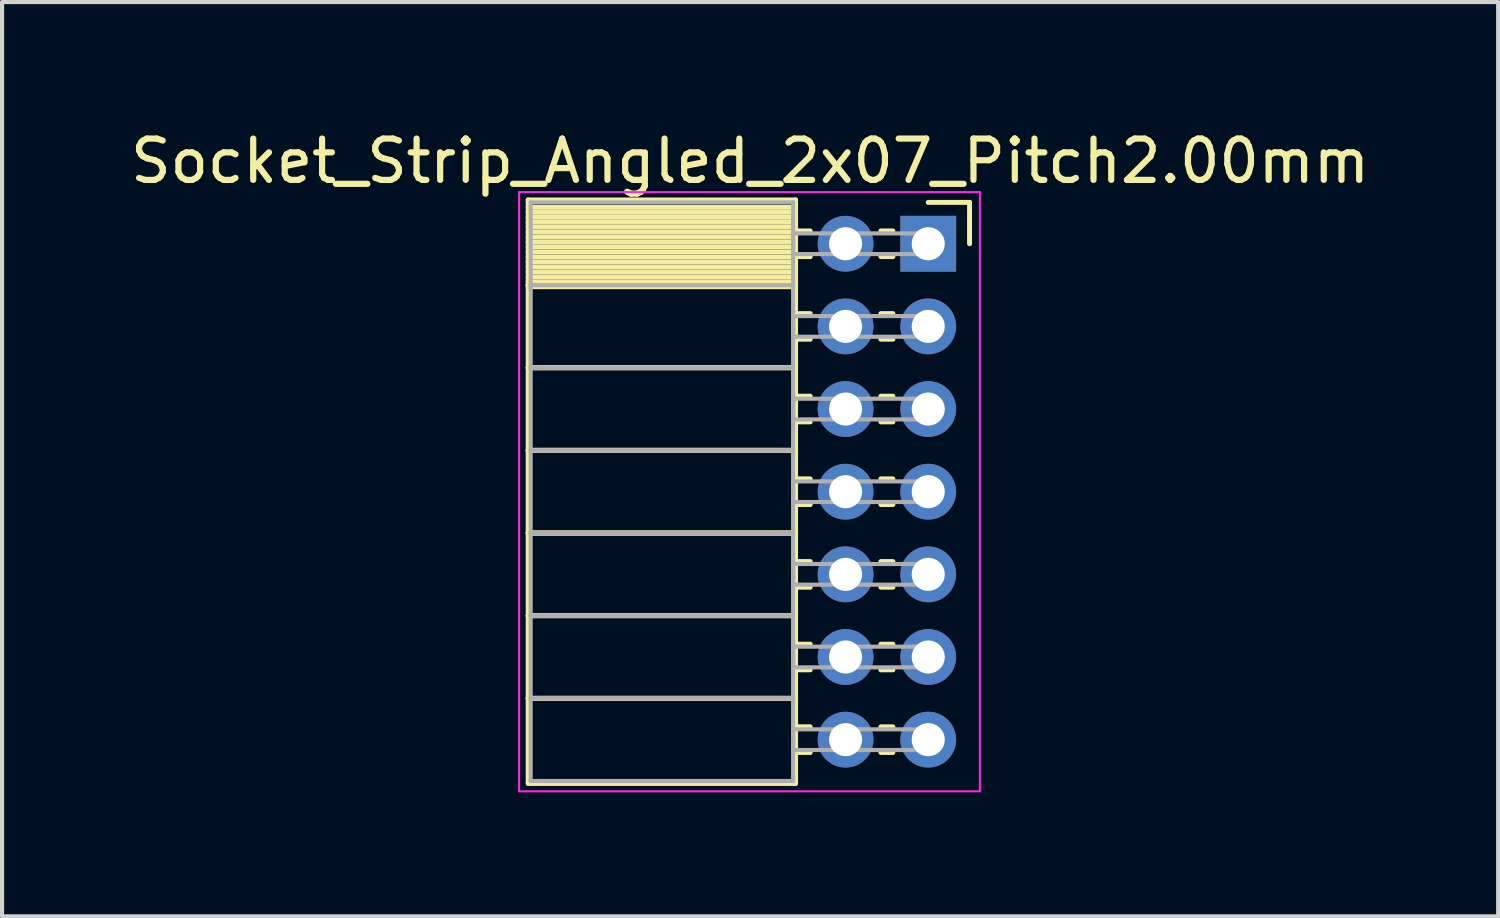
<source format=kicad_pcb>
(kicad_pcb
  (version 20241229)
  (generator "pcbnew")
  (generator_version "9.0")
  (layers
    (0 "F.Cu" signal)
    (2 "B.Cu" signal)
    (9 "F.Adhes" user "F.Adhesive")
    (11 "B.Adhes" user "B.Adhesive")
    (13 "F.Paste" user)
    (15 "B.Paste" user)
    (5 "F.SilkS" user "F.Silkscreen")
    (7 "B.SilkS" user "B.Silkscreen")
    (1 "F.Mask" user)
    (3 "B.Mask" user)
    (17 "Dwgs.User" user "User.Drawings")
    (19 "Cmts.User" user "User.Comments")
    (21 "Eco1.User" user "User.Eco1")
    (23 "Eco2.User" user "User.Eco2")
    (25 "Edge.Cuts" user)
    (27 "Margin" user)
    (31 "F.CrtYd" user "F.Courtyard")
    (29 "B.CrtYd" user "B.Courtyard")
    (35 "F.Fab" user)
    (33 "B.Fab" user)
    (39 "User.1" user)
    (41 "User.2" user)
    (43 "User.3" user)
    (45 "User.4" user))
  (footprint "Socket_Strip_Angled_2x07_Pitch2.00mm"
    (layer "F.Cu")
    (at 19.411 2.848)
    (property "Reference" "Socket_Strip_Angled_2x07_Pitch2.00mm" (at -4.31 -2 0) (layer "F.SilkS") (effects (font (size 1 1) (thickness 0.15))))
    (attr through_hole)
    (fp_line (start -9.68 -1.06) (end -3.21 -1.06) (stroke (width 0.12) (type solid)) (layer "F.SilkS"))
    (fp_line (start -9.68 1) (end -9.68 -1.06) (stroke (width 0.12) (type solid)) (layer "F.SilkS"))
    (fp_line (start -9.68 1) (end -3.21 1) (stroke (width 0.12) (type solid)) (layer "F.SilkS"))
    (fp_line (start -9.68 3) (end -9.68 1) (stroke (width 0.12) (type solid)) (layer "F.SilkS"))
    (fp_line (start -9.68 3) (end -3.21 3) (stroke (width 0.12) (type solid)) (layer "F.SilkS"))
    (fp_line (start -9.68 5) (end -9.68 3) (stroke (width 0.12) (type solid)) (layer "F.SilkS"))
    (fp_line (start -9.68 5) (end -3.21 5) (stroke (width 0.12) (type solid)) (layer "F.SilkS"))
    (fp_line (start -9.68 7) (end -9.68 5) (stroke (width 0.12) (type solid)) (layer "F.SilkS"))
    (fp_line (start -9.68 7) (end -3.21 7) (stroke (width 0.12) (type solid)) (layer "F.SilkS"))
    (fp_line (start -9.68 9) (end -9.68 7) (stroke (width 0.12) (type solid)) (layer "F.SilkS"))
    (fp_line (start -9.68 9) (end -3.21 9) (stroke (width 0.12) (type solid)) (layer "F.SilkS"))
    (fp_line (start -9.68 11) (end -9.68 9) (stroke (width 0.12) (type solid)) (layer "F.SilkS"))
    (fp_line (start -9.68 11) (end -3.21 11) (stroke (width 0.12) (type solid)) (layer "F.SilkS"))
    (fp_line (start -9.68 13.06) (end -9.68 11) (stroke (width 0.12) (type solid)) (layer "F.SilkS"))
    (fp_line (start -3.21 -1.06) (end -3.21 1) (stroke (width 0.12) (type solid)) (layer "F.SilkS"))
    (fp_line (start -3.21 -0.88) (end -9.68 -0.88) (stroke (width 0.12) (type solid)) (layer "F.SilkS"))
    (fp_line (start -3.21 -0.76) (end -9.68 -0.76) (stroke (width 0.12) (type solid)) (layer "F.SilkS"))
    (fp_line (start -3.21 -0.64) (end -9.68 -0.64) (stroke (width 0.12) (type solid)) (layer "F.SilkS"))
    (fp_line (start -3.21 -0.52) (end -9.68 -0.52) (stroke (width 0.12) (type solid)) (layer "F.SilkS"))
    (fp_line (start -3.21 -0.4) (end -9.68 -0.4) (stroke (width 0.12) (type solid)) (layer "F.SilkS"))
    (fp_line (start -3.21 -0.28) (end -9.68 -0.28) (stroke (width 0.12) (type solid)) (layer "F.SilkS"))
    (fp_line (start -3.21 -0.16) (end -9.68 -0.16) (stroke (width 0.12) (type solid)) (layer "F.SilkS"))
    (fp_line (start -3.21 -0.04) (end -9.68 -0.04) (stroke (width 0.12) (type solid)) (layer "F.SilkS"))
    (fp_line (start -3.21 0.08) (end -9.68 0.08) (stroke (width 0.12) (type solid)) (layer "F.SilkS"))
    (fp_line (start -3.21 0.2) (end -9.68 0.2) (stroke (width 0.12) (type solid)) (layer "F.SilkS"))
    (fp_line (start -3.21 0.32) (end -9.68 0.32) (stroke (width 0.12) (type solid)) (layer "F.SilkS"))
    (fp_line (start -3.21 0.44) (end -9.68 0.44) (stroke (width 0.12) (type solid)) (layer "F.SilkS"))
    (fp_line (start -3.21 0.56) (end -9.68 0.56) (stroke (width 0.12) (type solid)) (layer "F.SilkS"))
    (fp_line (start -3.21 0.68) (end -9.68 0.68) (stroke (width 0.12) (type solid)) (layer "F.SilkS"))
    (fp_line (start -3.21 0.8) (end -9.68 0.8) (stroke (width 0.12) (type solid)) (layer "F.SilkS"))
    (fp_line (start -3.21 0.92) (end -9.68 0.92) (stroke (width 0.12) (type solid)) (layer "F.SilkS"))
    (fp_line (start -3.21 1) (end -9.68 1) (stroke (width 0.12) (type solid)) (layer "F.SilkS"))
    (fp_line (start -3.21 1) (end -3.21 3) (stroke (width 0.12) (type solid)) (layer "F.SilkS"))
    (fp_line (start -3.21 1.04) (end -9.68 1.04) (stroke (width 0.12) (type solid)) (layer "F.SilkS"))
    (fp_line (start -3.21 3) (end -9.68 3) (stroke (width 0.12) (type solid)) (layer "F.SilkS"))
    (fp_line (start -3.21 3) (end -3.21 5) (stroke (width 0.12) (type solid)) (layer "F.SilkS"))
    (fp_line (start -3.21 5) (end -9.68 5) (stroke (width 0.12) (type solid)) (layer "F.SilkS"))
    (fp_line (start -3.21 5) (end -3.21 7) (stroke (width 0.12) (type solid)) (layer "F.SilkS"))
    (fp_line (start -3.21 7) (end -9.68 7) (stroke (width 0.12) (type solid)) (layer "F.SilkS"))
    (fp_line (start -3.21 7) (end -3.21 9) (stroke (width 0.12) (type solid)) (layer "F.SilkS"))
    (fp_line (start -3.21 9) (end -9.68 9) (stroke (width 0.12) (type solid)) (layer "F.SilkS"))
    (fp_line (start -3.21 9) (end -3.21 11) (stroke (width 0.12) (type solid)) (layer "F.SilkS"))
    (fp_line (start -3.21 11) (end -9.68 11) (stroke (width 0.12) (type solid)) (layer "F.SilkS"))
    (fp_line (start -3.21 11) (end -3.21 13.06) (stroke (width 0.12) (type solid)) (layer "F.SilkS"))
    (fp_line (start -3.21 13.06) (end -9.68 13.06) (stroke (width 0.12) (type solid)) (layer "F.SilkS"))
    (fp_line (start -2.855 -0.31) (end -3.21 -0.31) (stroke (width 0.12) (type solid)) (layer "F.SilkS"))
    (fp_line (start -2.855 0.31) (end -3.21 0.31) (stroke (width 0.12) (type solid)) (layer "F.SilkS"))
    (fp_line (start -2.855 1.69) (end -3.21 1.69) (stroke (width 0.12) (type solid)) (layer "F.SilkS"))
    (fp_line (start -2.855 2.31) (end -3.21 2.31) (stroke (width 0.12) (type solid)) (layer "F.SilkS"))
    (fp_line (start -2.855 3.69) (end -3.21 3.69) (stroke (width 0.12) (type solid)) (layer "F.SilkS"))
    (fp_line (start -2.855 4.31) (end -3.21 4.31) (stroke (width 0.12) (type solid)) (layer "F.SilkS"))
    (fp_line (start -2.855 5.69) (end -3.21 5.69) (stroke (width 0.12) (type solid)) (layer "F.SilkS"))
    (fp_line (start -2.855 6.31) (end -3.21 6.31) (stroke (width 0.12) (type solid)) (layer "F.SilkS"))
    (fp_line (start -2.855 7.69) (end -3.21 7.69) (stroke (width 0.12) (type solid)) (layer "F.SilkS"))
    (fp_line (start -2.855 8.31) (end -3.21 8.31) (stroke (width 0.12) (type solid)) (layer "F.SilkS"))
    (fp_line (start -2.855 9.69) (end -3.21 9.69) (stroke (width 0.12) (type solid)) (layer "F.SilkS"))
    (fp_line (start -2.855 10.31) (end -3.21 10.31) (stroke (width 0.12) (type solid)) (layer "F.SilkS"))
    (fp_line (start -2.855 11.69) (end -3.21 11.69) (stroke (width 0.12) (type solid)) (layer "F.SilkS"))
    (fp_line (start -2.855 12.31) (end -3.21 12.31) (stroke (width 0.12) (type solid)) (layer "F.SilkS"))
    (fp_line (start -0.855 -0.31) (end -1.145 -0.31) (stroke (width 0.12) (type solid)) (layer "F.SilkS"))
    (fp_line (start -0.855 0.31) (end -1.145 0.31) (stroke (width 0.12) (type solid)) (layer "F.SilkS"))
    (fp_line (start -0.855 1.69) (end -1.145 1.69) (stroke (width 0.12) (type solid)) (layer "F.SilkS"))
    (fp_line (start -0.855 2.31) (end -1.145 2.31) (stroke (width 0.12) (type solid)) (layer "F.SilkS"))
    (fp_line (start -0.855 3.69) (end -1.145 3.69) (stroke (width 0.12) (type solid)) (layer "F.SilkS"))
    (fp_line (start -0.855 4.31) (end -1.145 4.31) (stroke (width 0.12) (type solid)) (layer "F.SilkS"))
    (fp_line (start -0.855 5.69) (end -1.145 5.69) (stroke (width 0.12) (type solid)) (layer "F.SilkS"))
    (fp_line (start -0.855 6.31) (end -1.145 6.31) (stroke (width 0.12) (type solid)) (layer "F.SilkS"))
    (fp_line (start -0.855 7.69) (end -1.145 7.69) (stroke (width 0.12) (type solid)) (layer "F.SilkS"))
    (fp_line (start -0.855 8.31) (end -1.145 8.31) (stroke (width 0.12) (type solid)) (layer "F.SilkS"))
    (fp_line (start -0.855 9.69) (end -1.145 9.69) (stroke (width 0.12) (type solid)) (layer "F.SilkS"))
    (fp_line (start -0.855 10.31) (end -1.145 10.31) (stroke (width 0.12) (type solid)) (layer "F.SilkS"))
    (fp_line (start -0.855 11.69) (end -1.145 11.69) (stroke (width 0.12) (type solid)) (layer "F.SilkS"))
    (fp_line (start -0.855 12.31) (end -1.145 12.31) (stroke (width 0.12) (type solid)) (layer "F.SilkS"))
    (fp_line (start 0 -1) (end 1 -1) (stroke (width 0.12) (type solid)) (layer "F.SilkS"))
    (fp_line (start 1 -1) (end 1 0) (stroke (width 0.12) (type solid)) (layer "F.SilkS"))
    (fp_line (start -9.9 -1.25) (end 1.25 -1.25) (stroke (width 0.05) (type solid)) (layer "F.CrtYd"))
    (fp_line (start -9.9 13.25) (end -9.9 -1.25) (stroke (width 0.05) (type solid)) (layer "F.CrtYd"))
    (fp_line (start 1.25 -1.25) (end 1.25 13.25) (stroke (width 0.05) (type solid)) (layer "F.CrtYd"))
    (fp_line (start 1.25 13.25) (end -9.9 13.25) (stroke (width 0.05) (type solid)) (layer "F.CrtYd"))
    (fp_line (start -9.62 -1) (end -3.27 -1) (stroke (width 0.1) (type solid)) (layer "F.Fab"))
    (fp_line (start -9.62 1) (end -9.62 -1) (stroke (width 0.1) (type solid)) (layer "F.Fab"))
    (fp_line (start -9.62 1) (end -3.27 1) (stroke (width 0.1) (type solid)) (layer "F.Fab"))
    (fp_line (start -9.62 3) (end -9.62 1) (stroke (width 0.1) (type solid)) (layer "F.Fab"))
    (fp_line (start -9.62 3) (end -3.27 3) (stroke (width 0.1) (type solid)) (layer "F.Fab"))
    (fp_line (start -9.62 5) (end -9.62 3) (stroke (width 0.1) (type solid)) (layer "F.Fab"))
    (fp_line (start -9.62 5) (end -3.27 5) (stroke (width 0.1) (type solid)) (layer "F.Fab"))
    (fp_line (start -9.62 7) (end -9.62 5) (stroke (width 0.1) (type solid)) (layer "F.Fab"))
    (fp_line (start -9.62 7) (end -3.27 7) (stroke (width 0.1) (type solid)) (layer "F.Fab"))
    (fp_line (start -9.62 9) (end -9.62 7) (stroke (width 0.1) (type solid)) (layer "F.Fab"))
    (fp_line (start -9.62 9) (end -3.27 9) (stroke (width 0.1) (type solid)) (layer "F.Fab"))
    (fp_line (start -9.62 11) (end -9.62 9) (stroke (width 0.1) (type solid)) (layer "F.Fab"))
    (fp_line (start -9.62 11) (end -3.27 11) (stroke (width 0.1) (type solid)) (layer "F.Fab"))
    (fp_line (start -9.62 13) (end -9.62 11) (stroke (width 0.1) (type solid)) (layer "F.Fab"))
    (fp_line (start -3.27 -1) (end -3.27 1) (stroke (width 0.1) (type solid)) (layer "F.Fab"))
    (fp_line (start -3.27 -0.25) (end 0 -0.25) (stroke (width 0.1) (type solid)) (layer "F.Fab"))
    (fp_line (start -3.27 0.25) (end -3.27 -0.25) (stroke (width 0.1) (type solid)) (layer "F.Fab"))
    (fp_line (start -3.27 1) (end -9.62 1) (stroke (width 0.1) (type solid)) (layer "F.Fab"))
    (fp_line (start -3.27 1) (end -3.27 3) (stroke (width 0.1) (type solid)) (layer "F.Fab"))
    (fp_line (start -3.27 1.75) (end 0 1.75) (stroke (width 0.1) (type solid)) (layer "F.Fab"))
    (fp_line (start -3.27 2.25) (end -3.27 1.75) (stroke (width 0.1) (type solid)) (layer "F.Fab"))
    (fp_line (start -3.27 3) (end -9.62 3) (stroke (width 0.1) (type solid)) (layer "F.Fab"))
    (fp_line (start -3.27 3) (end -3.27 5) (stroke (width 0.1) (type solid)) (layer "F.Fab"))
    (fp_line (start -3.27 3.75) (end 0 3.75) (stroke (width 0.1) (type solid)) (layer "F.Fab"))
    (fp_line (start -3.27 4.25) (end -3.27 3.75) (stroke (width 0.1) (type solid)) (layer "F.Fab"))
    (fp_line (start -3.27 5) (end -9.62 5) (stroke (width 0.1) (type solid)) (layer "F.Fab"))
    (fp_line (start -3.27 5) (end -3.27 7) (stroke (width 0.1) (type solid)) (layer "F.Fab"))
    (fp_line (start -3.27 5.75) (end 0 5.75) (stroke (width 0.1) (type solid)) (layer "F.Fab"))
    (fp_line (start -3.27 6.25) (end -3.27 5.75) (stroke (width 0.1) (type solid)) (layer "F.Fab"))
    (fp_line (start -3.27 7) (end -9.62 7) (stroke (width 0.1) (type solid)) (layer "F.Fab"))
    (fp_line (start -3.27 7) (end -3.27 9) (stroke (width 0.1) (type solid)) (layer "F.Fab"))
    (fp_line (start -3.27 7.75) (end 0 7.75) (stroke (width 0.1) (type solid)) (layer "F.Fab"))
    (fp_line (start -3.27 8.25) (end -3.27 7.75) (stroke (width 0.1) (type solid)) (layer "F.Fab"))
    (fp_line (start -3.27 9) (end -9.62 9) (stroke (width 0.1) (type solid)) (layer "F.Fab"))
    (fp_line (start -3.27 9) (end -3.27 11) (stroke (width 0.1) (type solid)) (layer "F.Fab"))
    (fp_line (start -3.27 9.75) (end 0 9.75) (stroke (width 0.1) (type solid)) (layer "F.Fab"))
    (fp_line (start -3.27 10.25) (end -3.27 9.75) (stroke (width 0.1) (type solid)) (layer "F.Fab"))
    (fp_line (start -3.27 11) (end -9.62 11) (stroke (width 0.1) (type solid)) (layer "F.Fab"))
    (fp_line (start -3.27 11) (end -3.27 13) (stroke (width 0.1) (type solid)) (layer "F.Fab"))
    (fp_line (start -3.27 11.75) (end 0 11.75) (stroke (width 0.1) (type solid)) (layer "F.Fab"))
    (fp_line (start -3.27 12.25) (end -3.27 11.75) (stroke (width 0.1) (type solid)) (layer "F.Fab"))
    (fp_line (start -3.27 13) (end -9.62 13) (stroke (width 0.1) (type solid)) (layer "F.Fab"))
    (fp_line (start 0 -0.25) (end 0 0.25) (stroke (width 0.1) (type solid)) (layer "F.Fab"))
    (fp_line (start 0 0.25) (end -3.27 0.25) (stroke (width 0.1) (type solid)) (layer "F.Fab"))
    (fp_line (start 0 1.75) (end 0 2.25) (stroke (width 0.1) (type solid)) (layer "F.Fab"))
    (fp_line (start 0 2.25) (end -3.27 2.25) (stroke (width 0.1) (type solid)) (layer "F.Fab"))
    (fp_line (start 0 3.75) (end 0 4.25) (stroke (width 0.1) (type solid)) (layer "F.Fab"))
    (fp_line (start 0 4.25) (end -3.27 4.25) (stroke (width 0.1) (type solid)) (layer "F.Fab"))
    (fp_line (start 0 5.75) (end 0 6.25) (stroke (width 0.1) (type solid)) (layer "F.Fab"))
    (fp_line (start 0 6.25) (end -3.27 6.25) (stroke (width 0.1) (type solid)) (layer "F.Fab"))
    (fp_line (start 0 7.75) (end 0 8.25) (stroke (width 0.1) (type solid)) (layer "F.Fab"))
    (fp_line (start 0 8.25) (end -3.27 8.25) (stroke (width 0.1) (type solid)) (layer "F.Fab"))
    (fp_line (start 0 9.75) (end 0 10.25) (stroke (width 0.1) (type solid)) (layer "F.Fab"))
    (fp_line (start 0 10.25) (end -3.27 10.25) (stroke (width 0.1) (type solid)) (layer "F.Fab"))
    (fp_line (start 0 11.75) (end 0 12.25) (stroke (width 0.1) (type solid)) (layer "F.Fab"))
    (fp_line (start 0 12.25) (end -3.27 12.25) (stroke (width 0.1) (type solid)) (layer "F.Fab"))
    (pad "1" thru_hole rect (at 0 0) (size 1.35 1.35) (drill 0.8) (layers "*.Cu" "*.Mask"))
    (pad "2" thru_hole oval (at -2 0) (size 1.35 1.35) (drill 0.8) (layers "*.Cu" "*.Mask"))
    (pad "3" thru_hole oval (at 0 2) (size 1.35 1.35) (drill 0.8) (layers "*.Cu" "*.Mask"))
    (pad "4" thru_hole oval (at -2 2) (size 1.35 1.35) (drill 0.8) (layers "*.Cu" "*.Mask"))
    (pad "5" thru_hole oval (at 0 4) (size 1.35 1.35) (drill 0.8) (layers "*.Cu" "*.Mask"))
    (pad "6" thru_hole oval (at -2 4) (size 1.35 1.35) (drill 0.8) (layers "*.Cu" "*.Mask"))
    (pad "7" thru_hole oval (at 0 6) (size 1.35 1.35) (drill 0.8) (layers "*.Cu" "*.Mask"))
    (pad "8" thru_hole oval (at -2 6) (size 1.35 1.35) (drill 0.8) (layers "*.Cu" "*.Mask"))
    (pad "9" thru_hole oval (at 0 8) (size 1.35 1.35) (drill 0.8) (layers "*.Cu" "*.Mask"))
    (pad "10" thru_hole oval (at -2 8) (size 1.35 1.35) (drill 0.8) (layers "*.Cu" "*.Mask"))
    (pad "11" thru_hole oval (at 0 10) (size 1.35 1.35) (drill 0.8) (layers "*.Cu" "*.Mask"))
    (pad "12" thru_hole oval (at -2 10) (size 1.35 1.35) (drill 0.8) (layers "*.Cu" "*.Mask"))
    (pad "13" thru_hole oval (at 0 12) (size 1.35 1.35) (drill 0.8) (layers "*.Cu" "*.Mask"))
    (pad "14" thru_hole oval (at -2 12) (size 1.35 1.35) (drill 0.8) (layers "*.Cu" "*.Mask")))
  (gr_rect
    (start -3 -3)
    (end 33.202 19.123)
    (stroke (width 0.1) (type default))
    (fill no)
    (layer "Edge.Cuts")))
</source>
